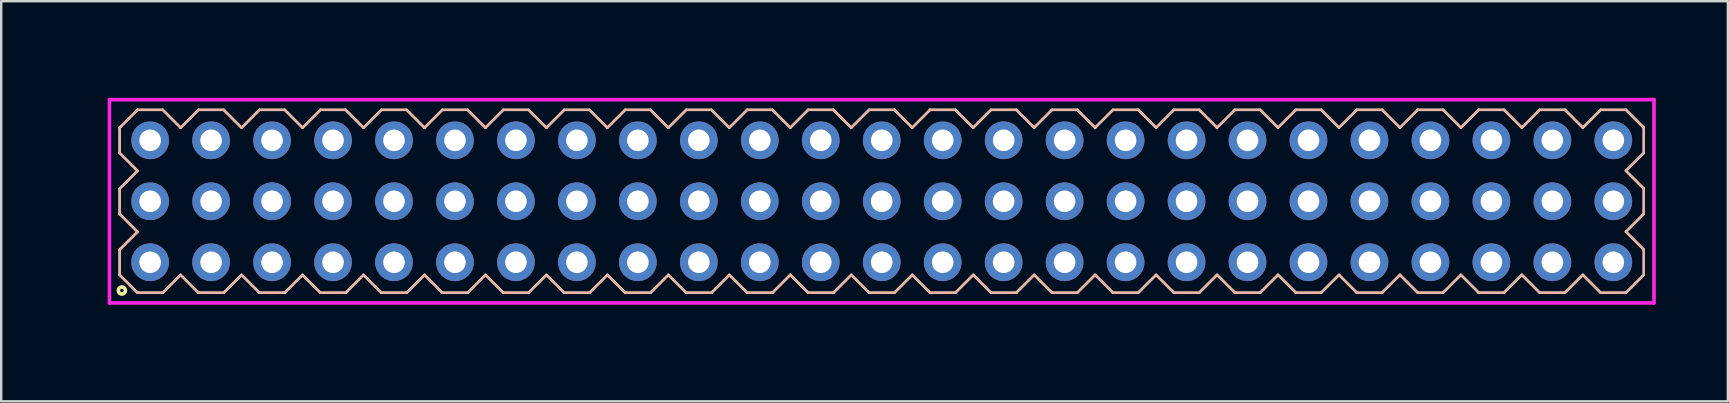
<source format=kicad_pcb>
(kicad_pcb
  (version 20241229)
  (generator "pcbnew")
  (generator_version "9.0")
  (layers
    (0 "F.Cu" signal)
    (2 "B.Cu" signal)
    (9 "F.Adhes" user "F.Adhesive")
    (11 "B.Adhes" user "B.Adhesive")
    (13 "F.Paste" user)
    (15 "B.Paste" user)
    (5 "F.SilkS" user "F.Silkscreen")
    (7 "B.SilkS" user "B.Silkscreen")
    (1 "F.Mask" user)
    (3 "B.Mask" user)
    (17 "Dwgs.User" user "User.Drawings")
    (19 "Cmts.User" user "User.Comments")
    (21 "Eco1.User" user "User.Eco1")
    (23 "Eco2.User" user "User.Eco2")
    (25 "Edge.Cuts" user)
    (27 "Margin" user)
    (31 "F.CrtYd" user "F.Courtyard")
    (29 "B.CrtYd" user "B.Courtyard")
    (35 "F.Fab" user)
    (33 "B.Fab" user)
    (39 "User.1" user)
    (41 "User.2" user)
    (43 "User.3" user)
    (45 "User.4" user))
  (footprint "HDR254P25x3"
    (layer "F.Cu")
    (at 33.685 5.336)
    (property "Reference" "HDR254P25x3" (at -32.925 0 90) (layer "User.1") (effects (font (size 1 1) (thickness 0.1))))
    (attr through_hole)
    (fp_line (start -31.75 -3.066) (end -31.006 -3.81) (stroke (width 0.1) (type solid)) (layer "F.SilkS"))
    (fp_line (start -31.75 -2.014) (end -31.75 -3.066) (stroke (width 0.1) (type solid)) (layer "F.SilkS"))
    (fp_line (start -31.75 -0.526) (end -31.006 -1.27) (stroke (width 0.1) (type solid)) (layer "F.SilkS"))
    (fp_line (start -31.75 0.526) (end -31.75 -0.526) (stroke (width 0.1) (type solid)) (layer "F.SilkS"))
    (fp_line (start -31.75 2.014) (end -31.006 1.27) (stroke (width 0.1) (type solid)) (layer "F.SilkS"))
    (fp_line (start -31.75 3.066) (end -31.75 2.014) (stroke (width 0.1) (type solid)) (layer "F.SilkS"))
    (fp_line (start -31.006 -3.81) (end -29.954 -3.81) (stroke (width 0.1) (type solid)) (layer "F.SilkS"))
    (fp_line (start -31.006 -1.27) (end -31.75 -2.014) (stroke (width 0.1) (type solid)) (layer "F.SilkS"))
    (fp_line (start -31.006 1.27) (end -31.75 0.526) (stroke (width 0.1) (type solid)) (layer "F.SilkS"))
    (fp_line (start -31.006 3.81) (end -31.75 3.066) (stroke (width 0.1) (type solid)) (layer "F.SilkS"))
    (fp_line (start -29.954 -3.81) (end -29.21 -3.066) (stroke (width 0.1) (type solid)) (layer "F.SilkS"))
    (fp_line (start -29.954 3.81) (end -31.006 3.81) (stroke (width 0.1) (type solid)) (layer "F.SilkS"))
    (fp_line (start -29.21 -3.066) (end -28.466 -3.81) (stroke (width 0.1) (type solid)) (layer "F.SilkS"))
    (fp_line (start -29.21 3.066) (end -29.954 3.81) (stroke (width 0.1) (type solid)) (layer "F.SilkS"))
    (fp_line (start -28.466 -3.81) (end -27.414 -3.81) (stroke (width 0.1) (type solid)) (layer "F.SilkS"))
    (fp_line (start -28.466 3.81) (end -29.21 3.066) (stroke (width 0.1) (type solid)) (layer "F.SilkS"))
    (fp_line (start -27.414 -3.81) (end -26.67 -3.066) (stroke (width 0.1) (type solid)) (layer "F.SilkS"))
    (fp_line (start -27.414 3.81) (end -28.466 3.81) (stroke (width 0.1) (type solid)) (layer "F.SilkS"))
    (fp_line (start -26.67 -3.066) (end -25.926 -3.81) (stroke (width 0.1) (type solid)) (layer "F.SilkS"))
    (fp_line (start -26.67 3.066) (end -27.414 3.81) (stroke (width 0.1) (type solid)) (layer "F.SilkS"))
    (fp_line (start -25.926 -3.81) (end -24.874 -3.81) (stroke (width 0.1) (type solid)) (layer "F.SilkS"))
    (fp_line (start -25.926 3.81) (end -26.67 3.066) (stroke (width 0.1) (type solid)) (layer "F.SilkS"))
    (fp_line (start -24.874 -3.81) (end -24.13 -3.066) (stroke (width 0.1) (type solid)) (layer "F.SilkS"))
    (fp_line (start -24.874 3.81) (end -25.926 3.81) (stroke (width 0.1) (type solid)) (layer "F.SilkS"))
    (fp_line (start -24.13 -3.066) (end -23.386 -3.81) (stroke (width 0.1) (type solid)) (layer "F.SilkS"))
    (fp_line (start -24.13 3.066) (end -24.874 3.81) (stroke (width 0.1) (type solid)) (layer "F.SilkS"))
    (fp_line (start -23.386 -3.81) (end -22.334 -3.81) (stroke (width 0.1) (type solid)) (layer "F.SilkS"))
    (fp_line (start -23.386 3.81) (end -24.13 3.066) (stroke (width 0.1) (type solid)) (layer "F.SilkS"))
    (fp_line (start -22.334 -3.81) (end -21.59 -3.066) (stroke (width 0.1) (type solid)) (layer "F.SilkS"))
    (fp_line (start -22.334 3.81) (end -23.386 3.81) (stroke (width 0.1) (type solid)) (layer "F.SilkS"))
    (fp_line (start -21.59 -3.066) (end -20.846 -3.81) (stroke (width 0.1) (type solid)) (layer "F.SilkS"))
    (fp_line (start -21.59 3.066) (end -22.334 3.81) (stroke (width 0.1) (type solid)) (layer "F.SilkS"))
    (fp_line (start -20.846 -3.81) (end -19.794 -3.81) (stroke (width 0.1) (type solid)) (layer "F.SilkS"))
    (fp_line (start -20.846 3.81) (end -21.59 3.066) (stroke (width 0.1) (type solid)) (layer "F.SilkS"))
    (fp_line (start -19.794 -3.81) (end -19.05 -3.066) (stroke (width 0.1) (type solid)) (layer "F.SilkS"))
    (fp_line (start -19.794 3.81) (end -20.846 3.81) (stroke (width 0.1) (type solid)) (layer "F.SilkS"))
    (fp_line (start -19.05 -3.066) (end -18.306 -3.81) (stroke (width 0.1) (type solid)) (layer "F.SilkS"))
    (fp_line (start -19.05 3.066) (end -19.794 3.81) (stroke (width 0.1) (type solid)) (layer "F.SilkS"))
    (fp_line (start -18.306 -3.81) (end -17.254 -3.81) (stroke (width 0.1) (type solid)) (layer "F.SilkS"))
    (fp_line (start -18.306 3.81) (end -19.05 3.066) (stroke (width 0.1) (type solid)) (layer "F.SilkS"))
    (fp_line (start -17.254 -3.81) (end -16.51 -3.066) (stroke (width 0.1) (type solid)) (layer "F.SilkS"))
    (fp_line (start -17.254 3.81) (end -18.306 3.81) (stroke (width 0.1) (type solid)) (layer "F.SilkS"))
    (fp_line (start -16.51 -3.066) (end -15.766 -3.81) (stroke (width 0.1) (type solid)) (layer "F.SilkS"))
    (fp_line (start -16.51 3.066) (end -17.254 3.81) (stroke (width 0.1) (type solid)) (layer "F.SilkS"))
    (fp_line (start -15.766 -3.81) (end -14.714 -3.81) (stroke (width 0.1) (type solid)) (layer "F.SilkS"))
    (fp_line (start -15.766 3.81) (end -16.51 3.066) (stroke (width 0.1) (type solid)) (layer "F.SilkS"))
    (fp_line (start -14.714 -3.81) (end -13.97 -3.066) (stroke (width 0.1) (type solid)) (layer "F.SilkS"))
    (fp_line (start -14.714 3.81) (end -15.766 3.81) (stroke (width 0.1) (type solid)) (layer "F.SilkS"))
    (fp_line (start -13.97 -3.066) (end -13.226 -3.81) (stroke (width 0.1) (type solid)) (layer "F.SilkS"))
    (fp_line (start -13.97 3.066) (end -14.714 3.81) (stroke (width 0.1) (type solid)) (layer "F.SilkS"))
    (fp_line (start -13.226 -3.81) (end -12.174 -3.81) (stroke (width 0.1) (type solid)) (layer "F.SilkS"))
    (fp_line (start -13.226 3.81) (end -13.97 3.066) (stroke (width 0.1) (type solid)) (layer "F.SilkS"))
    (fp_line (start -12.174 -3.81) (end -11.43 -3.066) (stroke (width 0.1) (type solid)) (layer "F.SilkS"))
    (fp_line (start -12.174 3.81) (end -13.226 3.81) (stroke (width 0.1) (type solid)) (layer "F.SilkS"))
    (fp_line (start -11.43 -3.066) (end -10.686 -3.81) (stroke (width 0.1) (type solid)) (layer "F.SilkS"))
    (fp_line (start -11.43 3.066) (end -12.174 3.81) (stroke (width 0.1) (type solid)) (layer "F.SilkS"))
    (fp_line (start -10.686 -3.81) (end -9.634 -3.81) (stroke (width 0.1) (type solid)) (layer "F.SilkS"))
    (fp_line (start -10.686 3.81) (end -11.43 3.066) (stroke (width 0.1) (type solid)) (layer "F.SilkS"))
    (fp_line (start -9.634 -3.81) (end -8.89 -3.066) (stroke (width 0.1) (type solid)) (layer "F.SilkS"))
    (fp_line (start -9.634 3.81) (end -10.686 3.81) (stroke (width 0.1) (type solid)) (layer "F.SilkS"))
    (fp_line (start -8.89 -3.066) (end -8.146 -3.81) (stroke (width 0.1) (type solid)) (layer "F.SilkS"))
    (fp_line (start -8.89 3.066) (end -9.634 3.81) (stroke (width 0.1) (type solid)) (layer "F.SilkS"))
    (fp_line (start -8.146 -3.81) (end -7.094 -3.81) (stroke (width 0.1) (type solid)) (layer "F.SilkS"))
    (fp_line (start -8.146 3.81) (end -8.89 3.066) (stroke (width 0.1) (type solid)) (layer "F.SilkS"))
    (fp_line (start -7.094 -3.81) (end -6.35 -3.066) (stroke (width 0.1) (type solid)) (layer "F.SilkS"))
    (fp_line (start -7.094 3.81) (end -8.146 3.81) (stroke (width 0.1) (type solid)) (layer "F.SilkS"))
    (fp_line (start -6.35 -3.066) (end -5.606 -3.81) (stroke (width 0.1) (type solid)) (layer "F.SilkS"))
    (fp_line (start -6.35 3.066) (end -7.094 3.81) (stroke (width 0.1) (type solid)) (layer "F.SilkS"))
    (fp_line (start -5.606 -3.81) (end -4.554 -3.81) (stroke (width 0.1) (type solid)) (layer "F.SilkS"))
    (fp_line (start -5.606 3.81) (end -6.35 3.066) (stroke (width 0.1) (type solid)) (layer "F.SilkS"))
    (fp_line (start -4.554 -3.81) (end -3.81 -3.066) (stroke (width 0.1) (type solid)) (layer "F.SilkS"))
    (fp_line (start -4.554 3.81) (end -5.606 3.81) (stroke (width 0.1) (type solid)) (layer "F.SilkS"))
    (fp_line (start -3.81 -3.066) (end -3.066 -3.81) (stroke (width 0.1) (type solid)) (layer "F.SilkS"))
    (fp_line (start -3.81 3.066) (end -4.554 3.81) (stroke (width 0.1) (type solid)) (layer "F.SilkS"))
    (fp_line (start -3.066 -3.81) (end -2.014 -3.81) (stroke (width 0.1) (type solid)) (layer "F.SilkS"))
    (fp_line (start -3.066 3.81) (end -3.81 3.066) (stroke (width 0.1) (type solid)) (layer "F.SilkS"))
    (fp_line (start -2.014 -3.81) (end -1.27 -3.066) (stroke (width 0.1) (type solid)) (layer "F.SilkS"))
    (fp_line (start -2.014 3.81) (end -3.066 3.81) (stroke (width 0.1) (type solid)) (layer "F.SilkS"))
    (fp_line (start -1.27 -3.066) (end -0.526 -3.81) (stroke (width 0.1) (type solid)) (layer "F.SilkS"))
    (fp_line (start -1.27 3.066) (end -2.014 3.81) (stroke (width 0.1) (type solid)) (layer "F.SilkS"))
    (fp_line (start -0.526 -3.81) (end 0.526 -3.81) (stroke (width 0.1) (type solid)) (layer "F.SilkS"))
    (fp_line (start -0.526 3.81) (end -1.27 3.066) (stroke (width 0.1) (type solid)) (layer "F.SilkS"))
    (fp_line (start 0.526 -3.81) (end 1.27 -3.066) (stroke (width 0.1) (type solid)) (layer "F.SilkS"))
    (fp_line (start 0.526 3.81) (end -0.526 3.81) (stroke (width 0.1) (type solid)) (layer "F.SilkS"))
    (fp_line (start 1.27 -3.066) (end 2.014 -3.81) (stroke (width 0.1) (type solid)) (layer "F.SilkS"))
    (fp_line (start 1.27 3.066) (end 0.526 3.81) (stroke (width 0.1) (type solid)) (layer "F.SilkS"))
    (fp_line (start 2.014 -3.81) (end 3.066 -3.81) (stroke (width 0.1) (type solid)) (layer "F.SilkS"))
    (fp_line (start 2.014 3.81) (end 1.27 3.066) (stroke (width 0.1) (type solid)) (layer "F.SilkS"))
    (fp_line (start 3.066 -3.81) (end 3.81 -3.066) (stroke (width 0.1) (type solid)) (layer "F.SilkS"))
    (fp_line (start 3.066 3.81) (end 2.014 3.81) (stroke (width 0.1) (type solid)) (layer "F.SilkS"))
    (fp_line (start 3.81 -3.066) (end 4.554 -3.81) (stroke (width 0.1) (type solid)) (layer "F.SilkS"))
    (fp_line (start 3.81 3.066) (end 3.066 3.81) (stroke (width 0.1) (type solid)) (layer "F.SilkS"))
    (fp_line (start 4.554 -3.81) (end 5.606 -3.81) (stroke (width 0.1) (type solid)) (layer "F.SilkS"))
    (fp_line (start 4.554 3.81) (end 3.81 3.066) (stroke (width 0.1) (type solid)) (layer "F.SilkS"))
    (fp_line (start 5.606 -3.81) (end 6.35 -3.066) (stroke (width 0.1) (type solid)) (layer "F.SilkS"))
    (fp_line (start 5.606 3.81) (end 4.554 3.81) (stroke (width 0.1) (type solid)) (layer "F.SilkS"))
    (fp_line (start 6.35 -3.066) (end 7.094 -3.81) (stroke (width 0.1) (type solid)) (layer "F.SilkS"))
    (fp_line (start 6.35 3.066) (end 5.606 3.81) (stroke (width 0.1) (type solid)) (layer "F.SilkS"))
    (fp_line (start 7.094 -3.81) (end 8.146 -3.81) (stroke (width 0.1) (type solid)) (layer "F.SilkS"))
    (fp_line (start 7.094 3.81) (end 6.35 3.066) (stroke (width 0.1) (type solid)) (layer "F.SilkS"))
    (fp_line (start 8.146 -3.81) (end 8.89 -3.066) (stroke (width 0.1) (type solid)) (layer "F.SilkS"))
    (fp_line (start 8.146 3.81) (end 7.094 3.81) (stroke (width 0.1) (type solid)) (layer "F.SilkS"))
    (fp_line (start 8.89 -3.066) (end 9.634 -3.81) (stroke (width 0.1) (type solid)) (layer "F.SilkS"))
    (fp_line (start 8.89 3.066) (end 8.146 3.81) (stroke (width 0.1) (type solid)) (layer "F.SilkS"))
    (fp_line (start 9.634 -3.81) (end 10.686 -3.81) (stroke (width 0.1) (type solid)) (layer "F.SilkS"))
    (fp_line (start 9.634 3.81) (end 8.89 3.066) (stroke (width 0.1) (type solid)) (layer "F.SilkS"))
    (fp_line (start 10.686 -3.81) (end 11.43 -3.066) (stroke (width 0.1) (type solid)) (layer "F.SilkS"))
    (fp_line (start 10.686 3.81) (end 9.634 3.81) (stroke (width 0.1) (type solid)) (layer "F.SilkS"))
    (fp_line (start 11.43 -3.066) (end 12.174 -3.81) (stroke (width 0.1) (type solid)) (layer "F.SilkS"))
    (fp_line (start 11.43 3.066) (end 10.686 3.81) (stroke (width 0.1) (type solid)) (layer "F.SilkS"))
    (fp_line (start 12.174 -3.81) (end 13.226 -3.81) (stroke (width 0.1) (type solid)) (layer "F.SilkS"))
    (fp_line (start 12.174 3.81) (end 11.43 3.066) (stroke (width 0.1) (type solid)) (layer "F.SilkS"))
    (fp_line (start 13.226 -3.81) (end 13.97 -3.066) (stroke (width 0.1) (type solid)) (layer "F.SilkS"))
    (fp_line (start 13.226 3.81) (end 12.174 3.81) (stroke (width 0.1) (type solid)) (layer "F.SilkS"))
    (fp_line (start 13.97 -3.066) (end 14.714 -3.81) (stroke (width 0.1) (type solid)) (layer "F.SilkS"))
    (fp_line (start 13.97 3.066) (end 13.226 3.81) (stroke (width 0.1) (type solid)) (layer "F.SilkS"))
    (fp_line (start 14.714 -3.81) (end 15.766 -3.81) (stroke (width 0.1) (type solid)) (layer "F.SilkS"))
    (fp_line (start 14.714 3.81) (end 13.97 3.066) (stroke (width 0.1) (type solid)) (layer "F.SilkS"))
    (fp_line (start 15.766 -3.81) (end 16.51 -3.066) (stroke (width 0.1) (type solid)) (layer "F.SilkS"))
    (fp_line (start 15.766 3.81) (end 14.714 3.81) (stroke (width 0.1) (type solid)) (layer "F.SilkS"))
    (fp_line (start 16.51 -3.066) (end 17.254 -3.81) (stroke (width 0.1) (type solid)) (layer "F.SilkS"))
    (fp_line (start 16.51 3.066) (end 15.766 3.81) (stroke (width 0.1) (type solid)) (layer "F.SilkS"))
    (fp_line (start 17.254 -3.81) (end 18.306 -3.81) (stroke (width 0.1) (type solid)) (layer "F.SilkS"))
    (fp_line (start 17.254 3.81) (end 16.51 3.066) (stroke (width 0.1) (type solid)) (layer "F.SilkS"))
    (fp_line (start 18.306 -3.81) (end 19.05 -3.066) (stroke (width 0.1) (type solid)) (layer "F.SilkS"))
    (fp_line (start 18.306 3.81) (end 17.254 3.81) (stroke (width 0.1) (type solid)) (layer "F.SilkS"))
    (fp_line (start 19.05 -3.066) (end 19.794 -3.81) (stroke (width 0.1) (type solid)) (layer "F.SilkS"))
    (fp_line (start 19.05 3.066) (end 18.306 3.81) (stroke (width 0.1) (type solid)) (layer "F.SilkS"))
    (fp_line (start 19.794 -3.81) (end 20.846 -3.81) (stroke (width 0.1) (type solid)) (layer "F.SilkS"))
    (fp_line (start 19.794 3.81) (end 19.05 3.066) (stroke (width 0.1) (type solid)) (layer "F.SilkS"))
    (fp_line (start 20.846 -3.81) (end 21.59 -3.066) (stroke (width 0.1) (type solid)) (layer "F.SilkS"))
    (fp_line (start 20.846 3.81) (end 19.794 3.81) (stroke (width 0.1) (type solid)) (layer "F.SilkS"))
    (fp_line (start 21.59 -3.066) (end 22.334 -3.81) (stroke (width 0.1) (type solid)) (layer "F.SilkS"))
    (fp_line (start 21.59 3.066) (end 20.846 3.81) (stroke (width 0.1) (type solid)) (layer "F.SilkS"))
    (fp_line (start 22.334 -3.81) (end 23.386 -3.81) (stroke (width 0.1) (type solid)) (layer "F.SilkS"))
    (fp_line (start 22.334 3.81) (end 21.59 3.066) (stroke (width 0.1) (type solid)) (layer "F.SilkS"))
    (fp_line (start 23.386 -3.81) (end 24.13 -3.066) (stroke (width 0.1) (type solid)) (layer "F.SilkS"))
    (fp_line (start 23.386 3.81) (end 22.334 3.81) (stroke (width 0.1) (type solid)) (layer "F.SilkS"))
    (fp_line (start 24.13 -3.066) (end 24.874 -3.81) (stroke (width 0.1) (type solid)) (layer "F.SilkS"))
    (fp_line (start 24.13 3.066) (end 23.386 3.81) (stroke (width 0.1) (type solid)) (layer "F.SilkS"))
    (fp_line (start 24.874 -3.81) (end 25.926 -3.81) (stroke (width 0.1) (type solid)) (layer "F.SilkS"))
    (fp_line (start 24.874 3.81) (end 24.13 3.066) (stroke (width 0.1) (type solid)) (layer "F.SilkS"))
    (fp_line (start 25.926 -3.81) (end 26.67 -3.066) (stroke (width 0.1) (type solid)) (layer "F.SilkS"))
    (fp_line (start 25.926 3.81) (end 24.874 3.81) (stroke (width 0.1) (type solid)) (layer "F.SilkS"))
    (fp_line (start 26.67 -3.066) (end 27.414 -3.81) (stroke (width 0.1) (type solid)) (layer "F.SilkS"))
    (fp_line (start 26.67 3.066) (end 25.926 3.81) (stroke (width 0.1) (type solid)) (layer "F.SilkS"))
    (fp_line (start 27.414 -3.81) (end 28.466 -3.81) (stroke (width 0.1) (type solid)) (layer "F.SilkS"))
    (fp_line (start 27.414 3.81) (end 26.67 3.066) (stroke (width 0.1) (type solid)) (layer "F.SilkS"))
    (fp_line (start 28.466 -3.81) (end 29.21 -3.066) (stroke (width 0.1) (type solid)) (layer "F.SilkS"))
    (fp_line (start 28.466 3.81) (end 27.414 3.81) (stroke (width 0.1) (type solid)) (layer "F.SilkS"))
    (fp_line (start 29.21 -3.066) (end 29.954 -3.81) (stroke (width 0.1) (type solid)) (layer "F.SilkS"))
    (fp_line (start 29.21 3.066) (end 28.466 3.81) (stroke (width 0.1) (type solid)) (layer "F.SilkS"))
    (fp_line (start 29.954 -3.81) (end 31.006 -3.81) (stroke (width 0.1) (type solid)) (layer "F.SilkS"))
    (fp_line (start 29.954 3.81) (end 29.21 3.066) (stroke (width 0.1) (type solid)) (layer "F.SilkS"))
    (fp_line (start 31.006 -3.81) (end 31.75 -3.066) (stroke (width 0.1) (type solid)) (layer "F.SilkS"))
    (fp_line (start 31.006 -1.27) (end 31.75 -0.526) (stroke (width 0.1) (type solid)) (layer "F.SilkS"))
    (fp_line (start 31.006 1.27) (end 31.75 2.014) (stroke (width 0.1) (type solid)) (layer "F.SilkS"))
    (fp_line (start 31.006 3.81) (end 29.954 3.81) (stroke (width 0.1) (type solid)) (layer "F.SilkS"))
    (fp_line (start 31.75 -3.066) (end 31.75 -2.014) (stroke (width 0.1) (type solid)) (layer "F.SilkS"))
    (fp_line (start 31.75 -2.014) (end 31.006 -1.27) (stroke (width 0.1) (type solid)) (layer "F.SilkS"))
    (fp_line (start 31.75 -0.526) (end 31.75 0.526) (stroke (width 0.1) (type solid)) (layer "F.SilkS"))
    (fp_line (start 31.75 0.526) (end 31.006 1.27) (stroke (width 0.1) (type solid)) (layer "F.SilkS"))
    (fp_line (start 31.75 2.014) (end 31.75 3.066) (stroke (width 0.1) (type solid)) (layer "F.SilkS"))
    (fp_line (start 31.75 3.066) (end 31.006 3.81) (stroke (width 0.1) (type solid)) (layer "F.SilkS"))
    (fp_circle (center -31.657 3.718) (end -31.508 3.718) (stroke (width 0.15) (type solid)) (fill no) (layer "F.SilkS"))
    (fp_line (start -31.75 -3.066) (end -31.006 -3.81) (stroke (width 0.1) (type solid)) (layer "B.SilkS"))
    (fp_line (start -31.75 -2.014) (end -31.75 -3.066) (stroke (width 0.1) (type solid)) (layer "B.SilkS"))
    (fp_line (start -31.75 -0.526) (end -31.006 -1.27) (stroke (width 0.1) (type solid)) (layer "B.SilkS"))
    (fp_line (start -31.75 0.526) (end -31.75 -0.526) (stroke (width 0.1) (type solid)) (layer "B.SilkS"))
    (fp_line (start -31.75 2.014) (end -31.006 1.27) (stroke (width 0.1) (type solid)) (layer "B.SilkS"))
    (fp_line (start -31.75 3.066) (end -31.75 2.014) (stroke (width 0.1) (type solid)) (layer "B.SilkS"))
    (fp_line (start -31.006 -3.81) (end -29.954 -3.81) (stroke (width 0.1) (type solid)) (layer "B.SilkS"))
    (fp_line (start -31.006 -1.27) (end -31.75 -2.014) (stroke (width 0.1) (type solid)) (layer "B.SilkS"))
    (fp_line (start -31.006 1.27) (end -31.75 0.526) (stroke (width 0.1) (type solid)) (layer "B.SilkS"))
    (fp_line (start -31.006 3.81) (end -31.75 3.066) (stroke (width 0.1) (type solid)) (layer "B.SilkS"))
    (fp_line (start -29.954 -3.81) (end -29.21 -3.066) (stroke (width 0.1) (type solid)) (layer "B.SilkS"))
    (fp_line (start -29.954 3.81) (end -31.006 3.81) (stroke (width 0.1) (type solid)) (layer "B.SilkS"))
    (fp_line (start -29.21 -3.066) (end -28.466 -3.81) (stroke (width 0.1) (type solid)) (layer "B.SilkS"))
    (fp_line (start -29.21 3.066) (end -29.954 3.81) (stroke (width 0.1) (type solid)) (layer "B.SilkS"))
    (fp_line (start -28.466 -3.81) (end -27.414 -3.81) (stroke (width 0.1) (type solid)) (layer "B.SilkS"))
    (fp_line (start -28.466 3.81) (end -29.21 3.066) (stroke (width 0.1) (type solid)) (layer "B.SilkS"))
    (fp_line (start -27.414 -3.81) (end -26.67 -3.066) (stroke (width 0.1) (type solid)) (layer "B.SilkS"))
    (fp_line (start -27.414 3.81) (end -28.466 3.81) (stroke (width 0.1) (type solid)) (layer "B.SilkS"))
    (fp_line (start -26.67 -3.066) (end -25.926 -3.81) (stroke (width 0.1) (type solid)) (layer "B.SilkS"))
    (fp_line (start -26.67 3.066) (end -27.414 3.81) (stroke (width 0.1) (type solid)) (layer "B.SilkS"))
    (fp_line (start -25.926 -3.81) (end -24.874 -3.81) (stroke (width 0.1) (type solid)) (layer "B.SilkS"))
    (fp_line (start -25.926 3.81) (end -26.67 3.066) (stroke (width 0.1) (type solid)) (layer "B.SilkS"))
    (fp_line (start -24.874 -3.81) (end -24.13 -3.066) (stroke (width 0.1) (type solid)) (layer "B.SilkS"))
    (fp_line (start -24.874 3.81) (end -25.926 3.81) (stroke (width 0.1) (type solid)) (layer "B.SilkS"))
    (fp_line (start -24.13 -3.066) (end -23.386 -3.81) (stroke (width 0.1) (type solid)) (layer "B.SilkS"))
    (fp_line (start -24.13 3.066) (end -24.874 3.81) (stroke (width 0.1) (type solid)) (layer "B.SilkS"))
    (fp_line (start -23.386 -3.81) (end -22.334 -3.81) (stroke (width 0.1) (type solid)) (layer "B.SilkS"))
    (fp_line (start -23.386 3.81) (end -24.13 3.066) (stroke (width 0.1) (type solid)) (layer "B.SilkS"))
    (fp_line (start -22.334 -3.81) (end -21.59 -3.066) (stroke (width 0.1) (type solid)) (layer "B.SilkS"))
    (fp_line (start -22.334 3.81) (end -23.386 3.81) (stroke (width 0.1) (type solid)) (layer "B.SilkS"))
    (fp_line (start -21.59 -3.066) (end -20.846 -3.81) (stroke (width 0.1) (type solid)) (layer "B.SilkS"))
    (fp_line (start -21.59 3.066) (end -22.334 3.81) (stroke (width 0.1) (type solid)) (layer "B.SilkS"))
    (fp_line (start -20.846 -3.81) (end -19.794 -3.81) (stroke (width 0.1) (type solid)) (layer "B.SilkS"))
    (fp_line (start -20.846 3.81) (end -21.59 3.066) (stroke (width 0.1) (type solid)) (layer "B.SilkS"))
    (fp_line (start -19.794 -3.81) (end -19.05 -3.066) (stroke (width 0.1) (type solid)) (layer "B.SilkS"))
    (fp_line (start -19.794 3.81) (end -20.846 3.81) (stroke (width 0.1) (type solid)) (layer "B.SilkS"))
    (fp_line (start -19.05 -3.066) (end -18.306 -3.81) (stroke (width 0.1) (type solid)) (layer "B.SilkS"))
    (fp_line (start -19.05 3.066) (end -19.794 3.81) (stroke (width 0.1) (type solid)) (layer "B.SilkS"))
    (fp_line (start -18.306 -3.81) (end -17.254 -3.81) (stroke (width 0.1) (type solid)) (layer "B.SilkS"))
    (fp_line (start -18.306 3.81) (end -19.05 3.066) (stroke (width 0.1) (type solid)) (layer "B.SilkS"))
    (fp_line (start -17.254 -3.81) (end -16.51 -3.066) (stroke (width 0.1) (type solid)) (layer "B.SilkS"))
    (fp_line (start -17.254 3.81) (end -18.306 3.81) (stroke (width 0.1) (type solid)) (layer "B.SilkS"))
    (fp_line (start -16.51 -3.066) (end -15.766 -3.81) (stroke (width 0.1) (type solid)) (layer "B.SilkS"))
    (fp_line (start -16.51 3.066) (end -17.254 3.81) (stroke (width 0.1) (type solid)) (layer "B.SilkS"))
    (fp_line (start -15.766 -3.81) (end -14.714 -3.81) (stroke (width 0.1) (type solid)) (layer "B.SilkS"))
    (fp_line (start -15.766 3.81) (end -16.51 3.066) (stroke (width 0.1) (type solid)) (layer "B.SilkS"))
    (fp_line (start -14.714 -3.81) (end -13.97 -3.066) (stroke (width 0.1) (type solid)) (layer "B.SilkS"))
    (fp_line (start -14.714 3.81) (end -15.766 3.81) (stroke (width 0.1) (type solid)) (layer "B.SilkS"))
    (fp_line (start -13.97 -3.066) (end -13.226 -3.81) (stroke (width 0.1) (type solid)) (layer "B.SilkS"))
    (fp_line (start -13.97 3.066) (end -14.714 3.81) (stroke (width 0.1) (type solid)) (layer "B.SilkS"))
    (fp_line (start -13.226 -3.81) (end -12.174 -3.81) (stroke (width 0.1) (type solid)) (layer "B.SilkS"))
    (fp_line (start -13.226 3.81) (end -13.97 3.066) (stroke (width 0.1) (type solid)) (layer "B.SilkS"))
    (fp_line (start -12.174 -3.81) (end -11.43 -3.066) (stroke (width 0.1) (type solid)) (layer "B.SilkS"))
    (fp_line (start -12.174 3.81) (end -13.226 3.81) (stroke (width 0.1) (type solid)) (layer "B.SilkS"))
    (fp_line (start -11.43 -3.066) (end -10.686 -3.81) (stroke (width 0.1) (type solid)) (layer "B.SilkS"))
    (fp_line (start -11.43 3.066) (end -12.174 3.81) (stroke (width 0.1) (type solid)) (layer "B.SilkS"))
    (fp_line (start -10.686 -3.81) (end -9.634 -3.81) (stroke (width 0.1) (type solid)) (layer "B.SilkS"))
    (fp_line (start -10.686 3.81) (end -11.43 3.066) (stroke (width 0.1) (type solid)) (layer "B.SilkS"))
    (fp_line (start -9.634 -3.81) (end -8.89 -3.066) (stroke (width 0.1) (type solid)) (layer "B.SilkS"))
    (fp_line (start -9.634 3.81) (end -10.686 3.81) (stroke (width 0.1) (type solid)) (layer "B.SilkS"))
    (fp_line (start -8.89 -3.066) (end -8.146 -3.81) (stroke (width 0.1) (type solid)) (layer "B.SilkS"))
    (fp_line (start -8.89 3.066) (end -9.634 3.81) (stroke (width 0.1) (type solid)) (layer "B.SilkS"))
    (fp_line (start -8.146 -3.81) (end -7.094 -3.81) (stroke (width 0.1) (type solid)) (layer "B.SilkS"))
    (fp_line (start -8.146 3.81) (end -8.89 3.066) (stroke (width 0.1) (type solid)) (layer "B.SilkS"))
    (fp_line (start -7.094 -3.81) (end -6.35 -3.066) (stroke (width 0.1) (type solid)) (layer "B.SilkS"))
    (fp_line (start -7.094 3.81) (end -8.146 3.81) (stroke (width 0.1) (type solid)) (layer "B.SilkS"))
    (fp_line (start -6.35 -3.066) (end -5.606 -3.81) (stroke (width 0.1) (type solid)) (layer "B.SilkS"))
    (fp_line (start -6.35 3.066) (end -7.094 3.81) (stroke (width 0.1) (type solid)) (layer "B.SilkS"))
    (fp_line (start -5.606 -3.81) (end -4.554 -3.81) (stroke (width 0.1) (type solid)) (layer "B.SilkS"))
    (fp_line (start -5.606 3.81) (end -6.35 3.066) (stroke (width 0.1) (type solid)) (layer "B.SilkS"))
    (fp_line (start -4.554 -3.81) (end -3.81 -3.066) (stroke (width 0.1) (type solid)) (layer "B.SilkS"))
    (fp_line (start -4.554 3.81) (end -5.606 3.81) (stroke (width 0.1) (type solid)) (layer "B.SilkS"))
    (fp_line (start -3.81 -3.066) (end -3.066 -3.81) (stroke (width 0.1) (type solid)) (layer "B.SilkS"))
    (fp_line (start -3.81 3.066) (end -4.554 3.81) (stroke (width 0.1) (type solid)) (layer "B.SilkS"))
    (fp_line (start -3.066 -3.81) (end -2.014 -3.81) (stroke (width 0.1) (type solid)) (layer "B.SilkS"))
    (fp_line (start -3.066 3.81) (end -3.81 3.066) (stroke (width 0.1) (type solid)) (layer "B.SilkS"))
    (fp_line (start -2.014 -3.81) (end -1.27 -3.066) (stroke (width 0.1) (type solid)) (layer "B.SilkS"))
    (fp_line (start -2.014 3.81) (end -3.066 3.81) (stroke (width 0.1) (type solid)) (layer "B.SilkS"))
    (fp_line (start -1.27 -3.066) (end -0.526 -3.81) (stroke (width 0.1) (type solid)) (layer "B.SilkS"))
    (fp_line (start -1.27 3.066) (end -2.014 3.81) (stroke (width 0.1) (type solid)) (layer "B.SilkS"))
    (fp_line (start -0.526 -3.81) (end 0.526 -3.81) (stroke (width 0.1) (type solid)) (layer "B.SilkS"))
    (fp_line (start -0.526 3.81) (end -1.27 3.066) (stroke (width 0.1) (type solid)) (layer "B.SilkS"))
    (fp_line (start 0.526 -3.81) (end 1.27 -3.066) (stroke (width 0.1) (type solid)) (layer "B.SilkS"))
    (fp_line (start 0.526 3.81) (end -0.526 3.81) (stroke (width 0.1) (type solid)) (layer "B.SilkS"))
    (fp_line (start 1.27 -3.066) (end 2.014 -3.81) (stroke (width 0.1) (type solid)) (layer "B.SilkS"))
    (fp_line (start 1.27 3.066) (end 0.526 3.81) (stroke (width 0.1) (type solid)) (layer "B.SilkS"))
    (fp_line (start 2.014 -3.81) (end 3.066 -3.81) (stroke (width 0.1) (type solid)) (layer "B.SilkS"))
    (fp_line (start 2.014 3.81) (end 1.27 3.066) (stroke (width 0.1) (type solid)) (layer "B.SilkS"))
    (fp_line (start 3.066 -3.81) (end 3.81 -3.066) (stroke (width 0.1) (type solid)) (layer "B.SilkS"))
    (fp_line (start 3.066 3.81) (end 2.014 3.81) (stroke (width 0.1) (type solid)) (layer "B.SilkS"))
    (fp_line (start 3.81 -3.066) (end 4.554 -3.81) (stroke (width 0.1) (type solid)) (layer "B.SilkS"))
    (fp_line (start 3.81 3.066) (end 3.066 3.81) (stroke (width 0.1) (type solid)) (layer "B.SilkS"))
    (fp_line (start 4.554 -3.81) (end 5.606 -3.81) (stroke (width 0.1) (type solid)) (layer "B.SilkS"))
    (fp_line (start 4.554 3.81) (end 3.81 3.066) (stroke (width 0.1) (type solid)) (layer "B.SilkS"))
    (fp_line (start 5.606 -3.81) (end 6.35 -3.066) (stroke (width 0.1) (type solid)) (layer "B.SilkS"))
    (fp_line (start 5.606 3.81) (end 4.554 3.81) (stroke (width 0.1) (type solid)) (layer "B.SilkS"))
    (fp_line (start 6.35 -3.066) (end 7.094 -3.81) (stroke (width 0.1) (type solid)) (layer "B.SilkS"))
    (fp_line (start 6.35 3.066) (end 5.606 3.81) (stroke (width 0.1) (type solid)) (layer "B.SilkS"))
    (fp_line (start 7.094 -3.81) (end 8.146 -3.81) (stroke (width 0.1) (type solid)) (layer "B.SilkS"))
    (fp_line (start 7.094 3.81) (end 6.35 3.066) (stroke (width 0.1) (type solid)) (layer "B.SilkS"))
    (fp_line (start 8.146 -3.81) (end 8.89 -3.066) (stroke (width 0.1) (type solid)) (layer "B.SilkS"))
    (fp_line (start 8.146 3.81) (end 7.094 3.81) (stroke (width 0.1) (type solid)) (layer "B.SilkS"))
    (fp_line (start 8.89 -3.066) (end 9.634 -3.81) (stroke (width 0.1) (type solid)) (layer "B.SilkS"))
    (fp_line (start 8.89 3.066) (end 8.146 3.81) (stroke (width 0.1) (type solid)) (layer "B.SilkS"))
    (fp_line (start 9.634 -3.81) (end 10.686 -3.81) (stroke (width 0.1) (type solid)) (layer "B.SilkS"))
    (fp_line (start 9.634 3.81) (end 8.89 3.066) (stroke (width 0.1) (type solid)) (layer "B.SilkS"))
    (fp_line (start 10.686 -3.81) (end 11.43 -3.066) (stroke (width 0.1) (type solid)) (layer "B.SilkS"))
    (fp_line (start 10.686 3.81) (end 9.634 3.81) (stroke (width 0.1) (type solid)) (layer "B.SilkS"))
    (fp_line (start 11.43 -3.066) (end 12.174 -3.81) (stroke (width 0.1) (type solid)) (layer "B.SilkS"))
    (fp_line (start 11.43 3.066) (end 10.686 3.81) (stroke (width 0.1) (type solid)) (layer "B.SilkS"))
    (fp_line (start 12.174 -3.81) (end 13.226 -3.81) (stroke (width 0.1) (type solid)) (layer "B.SilkS"))
    (fp_line (start 12.174 3.81) (end 11.43 3.066) (stroke (width 0.1) (type solid)) (layer "B.SilkS"))
    (fp_line (start 13.226 -3.81) (end 13.97 -3.066) (stroke (width 0.1) (type solid)) (layer "B.SilkS"))
    (fp_line (start 13.226 3.81) (end 12.174 3.81) (stroke (width 0.1) (type solid)) (layer "B.SilkS"))
    (fp_line (start 13.97 -3.066) (end 14.714 -3.81) (stroke (width 0.1) (type solid)) (layer "B.SilkS"))
    (fp_line (start 13.97 3.066) (end 13.226 3.81) (stroke (width 0.1) (type solid)) (layer "B.SilkS"))
    (fp_line (start 14.714 -3.81) (end 15.766 -3.81) (stroke (width 0.1) (type solid)) (layer "B.SilkS"))
    (fp_line (start 14.714 3.81) (end 13.97 3.066) (stroke (width 0.1) (type solid)) (layer "B.SilkS"))
    (fp_line (start 15.766 -3.81) (end 16.51 -3.066) (stroke (width 0.1) (type solid)) (layer "B.SilkS"))
    (fp_line (start 15.766 3.81) (end 14.714 3.81) (stroke (width 0.1) (type solid)) (layer "B.SilkS"))
    (fp_line (start 16.51 -3.066) (end 17.254 -3.81) (stroke (width 0.1) (type solid)) (layer "B.SilkS"))
    (fp_line (start 16.51 3.066) (end 15.766 3.81) (stroke (width 0.1) (type solid)) (layer "B.SilkS"))
    (fp_line (start 17.254 -3.81) (end 18.306 -3.81) (stroke (width 0.1) (type solid)) (layer "B.SilkS"))
    (fp_line (start 17.254 3.81) (end 16.51 3.066) (stroke (width 0.1) (type solid)) (layer "B.SilkS"))
    (fp_line (start 18.306 -3.81) (end 19.05 -3.066) (stroke (width 0.1) (type solid)) (layer "B.SilkS"))
    (fp_line (start 18.306 3.81) (end 17.254 3.81) (stroke (width 0.1) (type solid)) (layer "B.SilkS"))
    (fp_line (start 19.05 -3.066) (end 19.794 -3.81) (stroke (width 0.1) (type solid)) (layer "B.SilkS"))
    (fp_line (start 19.05 3.066) (end 18.306 3.81) (stroke (width 0.1) (type solid)) (layer "B.SilkS"))
    (fp_line (start 19.794 -3.81) (end 20.846 -3.81) (stroke (width 0.1) (type solid)) (layer "B.SilkS"))
    (fp_line (start 19.794 3.81) (end 19.05 3.066) (stroke (width 0.1) (type solid)) (layer "B.SilkS"))
    (fp_line (start 20.846 -3.81) (end 21.59 -3.066) (stroke (width 0.1) (type solid)) (layer "B.SilkS"))
    (fp_line (start 20.846 3.81) (end 19.794 3.81) (stroke (width 0.1) (type solid)) (layer "B.SilkS"))
    (fp_line (start 21.59 -3.066) (end 22.334 -3.81) (stroke (width 0.1) (type solid)) (layer "B.SilkS"))
    (fp_line (start 21.59 3.066) (end 20.846 3.81) (stroke (width 0.1) (type solid)) (layer "B.SilkS"))
    (fp_line (start 22.334 -3.81) (end 23.386 -3.81) (stroke (width 0.1) (type solid)) (layer "B.SilkS"))
    (fp_line (start 22.334 3.81) (end 21.59 3.066) (stroke (width 0.1) (type solid)) (layer "B.SilkS"))
    (fp_line (start 23.386 -3.81) (end 24.13 -3.066) (stroke (width 0.1) (type solid)) (layer "B.SilkS"))
    (fp_line (start 23.386 3.81) (end 22.334 3.81) (stroke (width 0.1) (type solid)) (layer "B.SilkS"))
    (fp_line (start 24.13 -3.066) (end 24.874 -3.81) (stroke (width 0.1) (type solid)) (layer "B.SilkS"))
    (fp_line (start 24.13 3.066) (end 23.386 3.81) (stroke (width 0.1) (type solid)) (layer "B.SilkS"))
    (fp_line (start 24.874 -3.81) (end 25.926 -3.81) (stroke (width 0.1) (type solid)) (layer "B.SilkS"))
    (fp_line (start 24.874 3.81) (end 24.13 3.066) (stroke (width 0.1) (type solid)) (layer "B.SilkS"))
    (fp_line (start 25.926 -3.81) (end 26.67 -3.066) (stroke (width 0.1) (type solid)) (layer "B.SilkS"))
    (fp_line (start 25.926 3.81) (end 24.874 3.81) (stroke (width 0.1) (type solid)) (layer "B.SilkS"))
    (fp_line (start 26.67 -3.066) (end 27.414 -3.81) (stroke (width 0.1) (type solid)) (layer "B.SilkS"))
    (fp_line (start 26.67 3.066) (end 25.926 3.81) (stroke (width 0.1) (type solid)) (layer "B.SilkS"))
    (fp_line (start 27.414 -3.81) (end 28.466 -3.81) (stroke (width 0.1) (type solid)) (layer "B.SilkS"))
    (fp_line (start 27.414 3.81) (end 26.67 3.066) (stroke (width 0.1) (type solid)) (layer "B.SilkS"))
    (fp_line (start 28.466 -3.81) (end 29.21 -3.066) (stroke (width 0.1) (type solid)) (layer "B.SilkS"))
    (fp_line (start 28.466 3.81) (end 27.414 3.81) (stroke (width 0.1) (type solid)) (layer "B.SilkS"))
    (fp_line (start 29.21 -3.066) (end 29.954 -3.81) (stroke (width 0.1) (type solid)) (layer "B.SilkS"))
    (fp_line (start 29.21 3.066) (end 28.466 3.81) (stroke (width 0.1) (type solid)) (layer "B.SilkS"))
    (fp_line (start 29.954 -3.81) (end 31.006 -3.81) (stroke (width 0.1) (type solid)) (layer "B.SilkS"))
    (fp_line (start 29.954 3.81) (end 29.21 3.066) (stroke (width 0.1) (type solid)) (layer "B.SilkS"))
    (fp_line (start 31.006 -3.81) (end 31.75 -3.066) (stroke (width 0.1) (type solid)) (layer "B.SilkS"))
    (fp_line (start 31.006 -1.27) (end 31.75 -0.526) (stroke (width 0.1) (type solid)) (layer "B.SilkS"))
    (fp_line (start 31.006 1.27) (end 31.75 2.014) (stroke (width 0.1) (type solid)) (layer "B.SilkS"))
    (fp_line (start 31.006 3.81) (end 29.954 3.81) (stroke (width 0.1) (type solid)) (layer "B.SilkS"))
    (fp_line (start 31.75 -3.066) (end 31.75 -2.014) (stroke (width 0.1) (type solid)) (layer "B.SilkS"))
    (fp_line (start 31.75 -2.014) (end 31.006 -1.27) (stroke (width 0.1) (type solid)) (layer "B.SilkS"))
    (fp_line (start 31.75 -0.526) (end 31.75 0.526) (stroke (width 0.1) (type solid)) (layer "B.SilkS"))
    (fp_line (start 31.75 0.526) (end 31.006 1.27) (stroke (width 0.1) (type solid)) (layer "B.SilkS"))
    (fp_line (start 31.75 2.014) (end 31.75 3.066) (stroke (width 0.1) (type solid)) (layer "B.SilkS"))
    (fp_line (start 31.75 3.066) (end 31.006 3.81) (stroke (width 0.1) (type solid)) (layer "B.SilkS"))
    (fp_line (start -32.175 -4.235) (end -32.175 4.235) (stroke (width 0.15) (type solid)) (layer "F.CrtYd"))
    (fp_line (start -32.175 4.235) (end 32.175 4.235) (stroke (width 0.15) (type solid)) (layer "F.CrtYd"))
    (fp_line (start 32.175 -4.235) (end -32.175 -4.235) (stroke (width 0.15) (type solid)) (layer "F.CrtYd"))
    (fp_line (start 32.175 4.235) (end 32.175 -4.235) (stroke (width 0.15) (type solid)) (layer "F.CrtYd"))
    (pad "1" thru_hole oval (at -30.48 2.54) (size 1.57 1.57) (drill 0.9) (layers "*.Cu" "*.Mask"))
    (pad "2" thru_hole oval (at -30.48 0) (size 1.57 1.57) (drill 0.9) (layers "*.Cu" "*.Mask"))
    (pad "3" thru_hole oval (at -30.48 -2.54) (size 1.57 1.57) (drill 0.9) (layers "*.Cu" "*.Mask"))
    (pad "4" thru_hole oval (at -27.94 2.54) (size 1.57 1.57) (drill 0.9) (layers "*.Cu" "*.Mask"))
    (pad "5" thru_hole oval (at -27.94 0) (size 1.57 1.57) (drill 0.9) (layers "*.Cu" "*.Mask"))
    (pad "6" thru_hole oval (at -27.94 -2.54) (size 1.57 1.57) (drill 0.9) (layers "*.Cu" "*.Mask"))
    (pad "7" thru_hole oval (at -25.4 2.54) (size 1.57 1.57) (drill 0.9) (layers "*.Cu" "*.Mask"))
    (pad "8" thru_hole oval (at -25.4 0) (size 1.57 1.57) (drill 0.9) (layers "*.Cu" "*.Mask"))
    (pad "9" thru_hole oval (at -25.4 -2.54) (size 1.57 1.57) (drill 0.9) (layers "*.Cu" "*.Mask"))
    (pad "10" thru_hole oval (at -22.86 2.54) (size 1.57 1.57) (drill 0.9) (layers "*.Cu" "*.Mask"))
    (pad "11" thru_hole oval (at -22.86 0) (size 1.57 1.57) (drill 0.9) (layers "*.Cu" "*.Mask"))
    (pad "12" thru_hole oval (at -22.86 -2.54) (size 1.57 1.57) (drill 0.9) (layers "*.Cu" "*.Mask"))
    (pad "13" thru_hole oval (at -20.32 2.54) (size 1.57 1.57) (drill 0.9) (layers "*.Cu" "*.Mask"))
    (pad "14" thru_hole oval (at -20.32 0) (size 1.57 1.57) (drill 0.9) (layers "*.Cu" "*.Mask"))
    (pad "15" thru_hole oval (at -20.32 -2.54) (size 1.57 1.57) (drill 0.9) (layers "*.Cu" "*.Mask"))
    (pad "16" thru_hole oval (at -17.78 2.54) (size 1.57 1.57) (drill 0.9) (layers "*.Cu" "*.Mask"))
    (pad "17" thru_hole oval (at -17.78 0) (size 1.57 1.57) (drill 0.9) (layers "*.Cu" "*.Mask"))
    (pad "18" thru_hole oval (at -17.78 -2.54) (size 1.57 1.57) (drill 0.9) (layers "*.Cu" "*.Mask"))
    (pad "19" thru_hole oval (at -15.24 2.54) (size 1.57 1.57) (drill 0.9) (layers "*.Cu" "*.Mask"))
    (pad "20" thru_hole oval (at -15.24 0) (size 1.57 1.57) (drill 0.9) (layers "*.Cu" "*.Mask"))
    (pad "21" thru_hole oval (at -15.24 -2.54) (size 1.57 1.57) (drill 0.9) (layers "*.Cu" "*.Mask"))
    (pad "22" thru_hole oval (at -12.7 2.54) (size 1.57 1.57) (drill 0.9) (layers "*.Cu" "*.Mask"))
    (pad "23" thru_hole oval (at -12.7 0) (size 1.57 1.57) (drill 0.9) (layers "*.Cu" "*.Mask"))
    (pad "24" thru_hole oval (at -12.7 -2.54) (size 1.57 1.57) (drill 0.9) (layers "*.Cu" "*.Mask"))
    (pad "25" thru_hole oval (at -10.16 2.54) (size 1.57 1.57) (drill 0.9) (layers "*.Cu" "*.Mask"))
    (pad "26" thru_hole oval (at -10.16 0) (size 1.57 1.57) (drill 0.9) (layers "*.Cu" "*.Mask"))
    (pad "27" thru_hole oval (at -10.16 -2.54) (size 1.57 1.57) (drill 0.9) (layers "*.Cu" "*.Mask"))
    (pad "28" thru_hole oval (at -7.62 2.54) (size 1.57 1.57) (drill 0.9) (layers "*.Cu" "*.Mask"))
    (pad "29" thru_hole oval (at -7.62 0) (size 1.57 1.57) (drill 0.9) (layers "*.Cu" "*.Mask"))
    (pad "30" thru_hole oval (at -7.62 -2.54) (size 1.57 1.57) (drill 0.9) (layers "*.Cu" "*.Mask"))
    (pad "31" thru_hole oval (at -5.08 2.54) (size 1.57 1.57) (drill 0.9) (layers "*.Cu" "*.Mask"))
    (pad "32" thru_hole oval (at -5.08 0) (size 1.57 1.57) (drill 0.9) (layers "*.Cu" "*.Mask"))
    (pad "33" thru_hole oval (at -5.08 -2.54) (size 1.57 1.57) (drill 0.9) (layers "*.Cu" "*.Mask"))
    (pad "34" thru_hole oval (at -2.54 2.54) (size 1.57 1.57) (drill 0.9) (layers "*.Cu" "*.Mask"))
    (pad "35" thru_hole oval (at -2.54 0) (size 1.57 1.57) (drill 0.9) (layers "*.Cu" "*.Mask"))
    (pad "36" thru_hole oval (at -2.54 -2.54) (size 1.57 1.57) (drill 0.9) (layers "*.Cu" "*.Mask"))
    (pad "37" thru_hole oval (at 0 2.54) (size 1.57 1.57) (drill 0.9) (layers "*.Cu" "*.Mask"))
    (pad "38" thru_hole oval (at 0 0) (size 1.57 1.57) (drill 0.9) (layers "*.Cu" "*.Mask"))
    (pad "39" thru_hole oval (at 0 -2.54) (size 1.57 1.57) (drill 0.9) (layers "*.Cu" "*.Mask"))
    (pad "40" thru_hole oval (at 2.54 2.54) (size 1.57 1.57) (drill 0.9) (layers "*.Cu" "*.Mask"))
    (pad "41" thru_hole oval (at 2.54 0) (size 1.57 1.57) (drill 0.9) (layers "*.Cu" "*.Mask"))
    (pad "42" thru_hole oval (at 2.54 -2.54) (size 1.57 1.57) (drill 0.9) (layers "*.Cu" "*.Mask"))
    (pad "43" thru_hole oval (at 5.08 2.54) (size 1.57 1.57) (drill 0.9) (layers "*.Cu" "*.Mask"))
    (pad "44" thru_hole oval (at 5.08 0) (size 1.57 1.57) (drill 0.9) (layers "*.Cu" "*.Mask"))
    (pad "45" thru_hole oval (at 5.08 -2.54) (size 1.57 1.57) (drill 0.9) (layers "*.Cu" "*.Mask"))
    (pad "46" thru_hole oval (at 7.62 2.54) (size 1.57 1.57) (drill 0.9) (layers "*.Cu" "*.Mask"))
    (pad "47" thru_hole oval (at 7.62 0) (size 1.57 1.57) (drill 0.9) (layers "*.Cu" "*.Mask"))
    (pad "48" thru_hole oval (at 7.62 -2.54) (size 1.57 1.57) (drill 0.9) (layers "*.Cu" "*.Mask"))
    (pad "49" thru_hole oval (at 10.16 2.54) (size 1.57 1.57) (drill 0.9) (layers "*.Cu" "*.Mask"))
    (pad "50" thru_hole oval (at 10.16 0) (size 1.57 1.57) (drill 0.9) (layers "*.Cu" "*.Mask"))
    (pad "51" thru_hole oval (at 10.16 -2.54) (size 1.57 1.57) (drill 0.9) (layers "*.Cu" "*.Mask"))
    (pad "52" thru_hole oval (at 12.7 2.54) (size 1.57 1.57) (drill 0.9) (layers "*.Cu" "*.Mask"))
    (pad "53" thru_hole oval (at 12.7 0) (size 1.57 1.57) (drill 0.9) (layers "*.Cu" "*.Mask"))
    (pad "54" thru_hole oval (at 12.7 -2.54) (size 1.57 1.57) (drill 0.9) (layers "*.Cu" "*.Mask"))
    (pad "55" thru_hole oval (at 15.24 2.54) (size 1.57 1.57) (drill 0.9) (layers "*.Cu" "*.Mask"))
    (pad "56" thru_hole oval (at 15.24 0) (size 1.57 1.57) (drill 0.9) (layers "*.Cu" "*.Mask"))
    (pad "57" thru_hole oval (at 15.24 -2.54) (size 1.57 1.57) (drill 0.9) (layers "*.Cu" "*.Mask"))
    (pad "58" thru_hole oval (at 17.78 2.54) (size 1.57 1.57) (drill 0.9) (layers "*.Cu" "*.Mask"))
    (pad "59" thru_hole oval (at 17.78 0) (size 1.57 1.57) (drill 0.9) (layers "*.Cu" "*.Mask"))
    (pad "60" thru_hole oval (at 17.78 -2.54) (size 1.57 1.57) (drill 0.9) (layers "*.Cu" "*.Mask"))
    (pad "61" thru_hole oval (at 20.32 2.54) (size 1.57 1.57) (drill 0.9) (layers "*.Cu" "*.Mask"))
    (pad "62" thru_hole oval (at 20.32 0) (size 1.57 1.57) (drill 0.9) (layers "*.Cu" "*.Mask"))
    (pad "63" thru_hole oval (at 20.32 -2.54) (size 1.57 1.57) (drill 0.9) (layers "*.Cu" "*.Mask"))
    (pad "64" thru_hole oval (at 22.86 2.54) (size 1.57 1.57) (drill 0.9) (layers "*.Cu" "*.Mask"))
    (pad "65" thru_hole oval (at 22.86 0) (size 1.57 1.57) (drill 0.9) (layers "*.Cu" "*.Mask"))
    (pad "66" thru_hole oval (at 22.86 -2.54) (size 1.57 1.57) (drill 0.9) (layers "*.Cu" "*.Mask"))
    (pad "67" thru_hole oval (at 25.4 2.54) (size 1.57 1.57) (drill 0.9) (layers "*.Cu" "*.Mask"))
    (pad "68" thru_hole oval (at 25.4 0) (size 1.57 1.57) (drill 0.9) (layers "*.Cu" "*.Mask"))
    (pad "69" thru_hole oval (at 25.4 -2.54) (size 1.57 1.57) (drill 0.9) (layers "*.Cu" "*.Mask"))
    (pad "70" thru_hole oval (at 27.94 2.54) (size 1.57 1.57) (drill 0.9) (layers "*.Cu" "*.Mask"))
    (pad "71" thru_hole oval (at 27.94 0) (size 1.57 1.57) (drill 0.9) (layers "*.Cu" "*.Mask"))
    (pad "72" thru_hole oval (at 27.94 -2.54) (size 1.57 1.57) (drill 0.9) (layers "*.Cu" "*.Mask"))
    (pad "73" thru_hole oval (at 30.48 2.54) (size 1.57 1.57) (drill 0.9) (layers "*.Cu" "*.Mask"))
    (pad "74" thru_hole oval (at 30.48 0) (size 1.57 1.57) (drill 0.9) (layers "*.Cu" "*.Mask"))
    (pad "75" thru_hole oval (at 30.48 -2.54) (size 1.57 1.57) (drill 0.9) (layers "*.Cu" "*.Mask")))
  (gr_rect
    (start -3 -3)
    (end 68.936 13.671)
    (stroke (width 0.1) (type default))
    (fill no)
    (layer "Edge.Cuts")))
</source>
